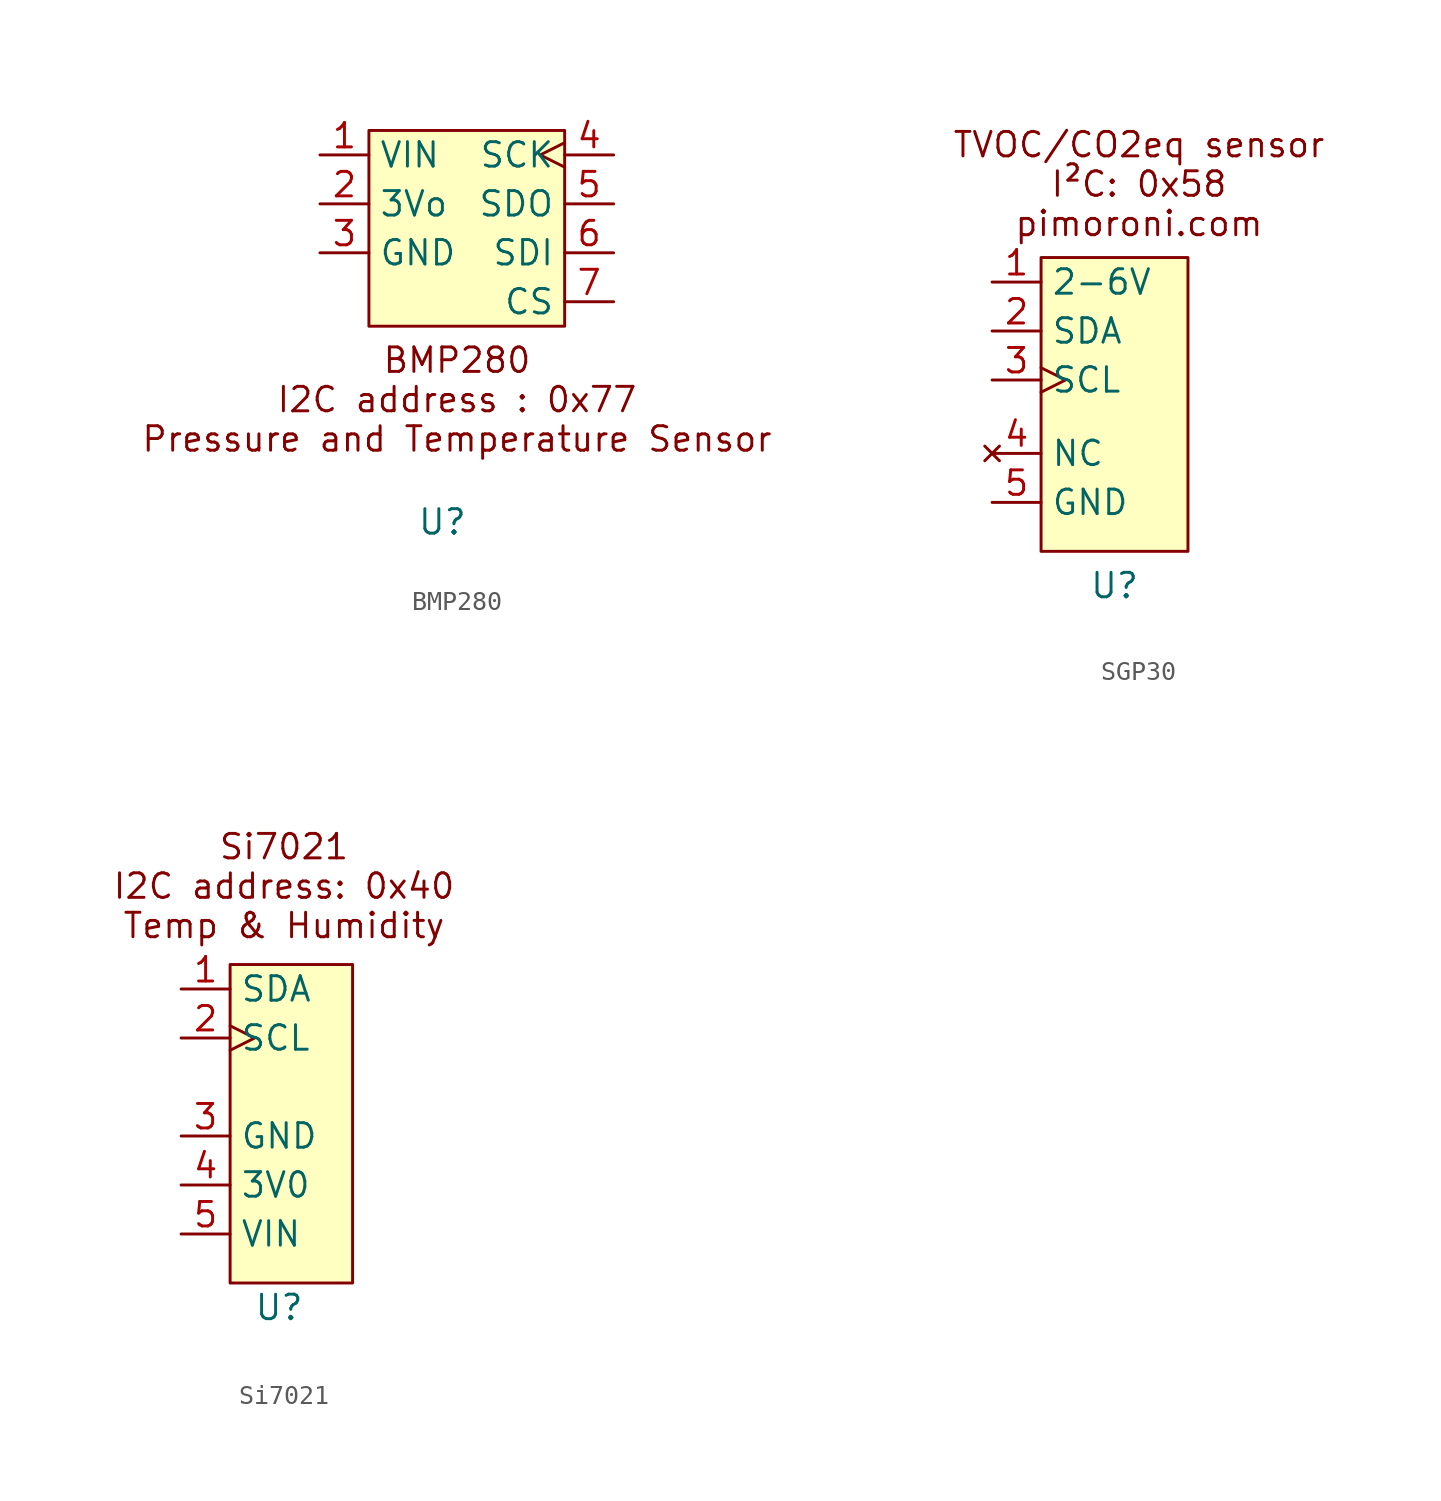
<source format=kicad_sym>
(kicad_symbol_lib
  (version 20231120)
  (generator "kicad_symbol_editor")
  (generator_version "8.0")
  (symbol "BMP280"
    (property "Reference" "U"
      (at 0 0 0)
      (effects (font (size 1.27 1.27))))
    (property "Value" ""
      (at 0 0 0)
      (effects (font (size 1.27 1.27))))
    (symbol "BMP280_1_1"
      (rectangle (start -3.81 20.32) (end 6.35 10.16) (stroke (width 0) (type default)) (fill (type background)))
      (text "BMP280\nI2C address : 0x77\nPressure and Temperature Sensor\n" (at 0.762 6.35 0) (effects (font (size 1.27 1.27))))
      (pin power_in line (at -6.35 19.05 0) (length 2.54) (name "VIN" (effects (font (size 1.27 1.27)))) (number "1" (effects (font (size 1.27 1.27)))))
      (pin power_in line (at -6.35 16.51 0) (length 2.54) (name "3Vo" (effects (font (size 1.27 1.27)))) (number "2" (effects (font (size 1.27 1.27)))))
      (pin power_in line (at -6.35 13.97 0) (length 2.54) (name "GND" (effects (font (size 1.27 1.27)))) (number "3" (effects (font (size 1.27 1.27)))))
      (pin input clock (at 8.89 19.05 180) (length 2.54) (name "SCK" (effects (font (size 1.27 1.27)))) (number "4" (effects (font (size 1.27 1.27)))))
      (pin output line (at 8.89 16.51 180) (length 2.54) (name "SDO" (effects (font (size 1.27 1.27)))) (number "5" (effects (font (size 1.27 1.27)))))
      (pin input line (at 8.89 13.97 180) (length 2.54) (name "SDI" (effects (font (size 1.27 1.27)))) (number "6" (effects (font (size 1.27 1.27)))))
      (pin input line (at 8.89 11.43 180) (length 2.54) (name "CS" (effects (font (size 1.27 1.27)))) (number "7" (effects (font (size 1.27 1.27)))))))
  (symbol "SGP30"
    (property "Reference" "U"
      (at 0 -10.668 0)
      (effects (font (size 1.27 1.27))))
    (property "Value" ""
      (at -5.08 0 0)
      (effects (font (size 1.27 1.27))))
    (symbol "SGP30_1_1"
      (rectangle (start -3.81 6.35) (end 3.81 -8.89) (stroke (width 0) (type default)) (fill (type background)))
      (text "TVOC/CO2eq sensor\nI²C: 0x58\npimoroni.com" (at 1.27 10.16 0) (effects (font (size 1.27 1.27))))
      (pin power_in line (at -6.35 5.08 0) (length 2.54) (name "2-6V" (effects (font (size 1.27 1.27)))) (number "1" (effects (font (size 1.27 1.27)))))
      (pin bidirectional line (at -6.35 2.54 0) (length 2.54) (name "SDA" (effects (font (size 1.27 1.27)))) (number "2" (effects (font (size 1.27 1.27)))))
      (pin input clock (at -6.35 0 0) (length 2.54) (name "SCL" (effects (font (size 1.27 1.27)))) (number "3" (effects (font (size 1.27 1.27)))))
      (pin no_connect line (at -6.35 -3.81 0) (length 2.54) (name "NC" (effects (font (size 1.27 1.27)))) (number "4" (effects (font (size 1.27 1.27)))))
      (pin power_in line (at -6.35 -6.35 0) (length 2.54) (name "GND" (effects (font (size 1.27 1.27)))) (number "5" (effects (font (size 1.27 1.27)))))))
  (symbol "Si7021"
    (property "Reference" "U"
      (at 0 0 0)
      (effects (font (size 1.27 1.27))))
    (property "Value" ""
      (at 0 0 0)
      (effects (font (size 1.27 1.27))))
    (symbol "Si7021_1_1"
      (rectangle (start -2.54 17.78) (end 3.81 1.27) (stroke (width 0) (type default)) (fill (type background)))
      (text "Si7021\nI2C address: 0x40\nTemp & Humidity" (at 0.254 21.844 0) (effects (font (size 1.27 1.27))))
      (pin bidirectional line (at -5.08 16.51 0) (length 2.54) (name "SDA" (effects (font (size 1.27 1.27)))) (number "1" (effects (font (size 1.27 1.27)))))
      (pin input clock (at -5.08 13.97 0) (length 2.54) (name "SCL" (effects (font (size 1.27 1.27)))) (number "2" (effects (font (size 1.27 1.27)))))
      (pin power_in line (at -5.08 8.89 0) (length 2.54) (name "GND" (effects (font (size 1.27 1.27)))) (number "3" (effects (font (size 1.27 1.27)))))
      (pin power_in line (at -5.08 6.35 0) (length 2.54) (name "3V0" (effects (font (size 1.27 1.27)))) (number "4" (effects (font (size 1.27 1.27)))))
      (pin power_in line (at -5.08 3.81 0) (length 2.54) (name "VIN" (effects (font (size 1.27 1.27)))) (number "5" (effects (font (size 1.27 1.27))))))))
</source>
